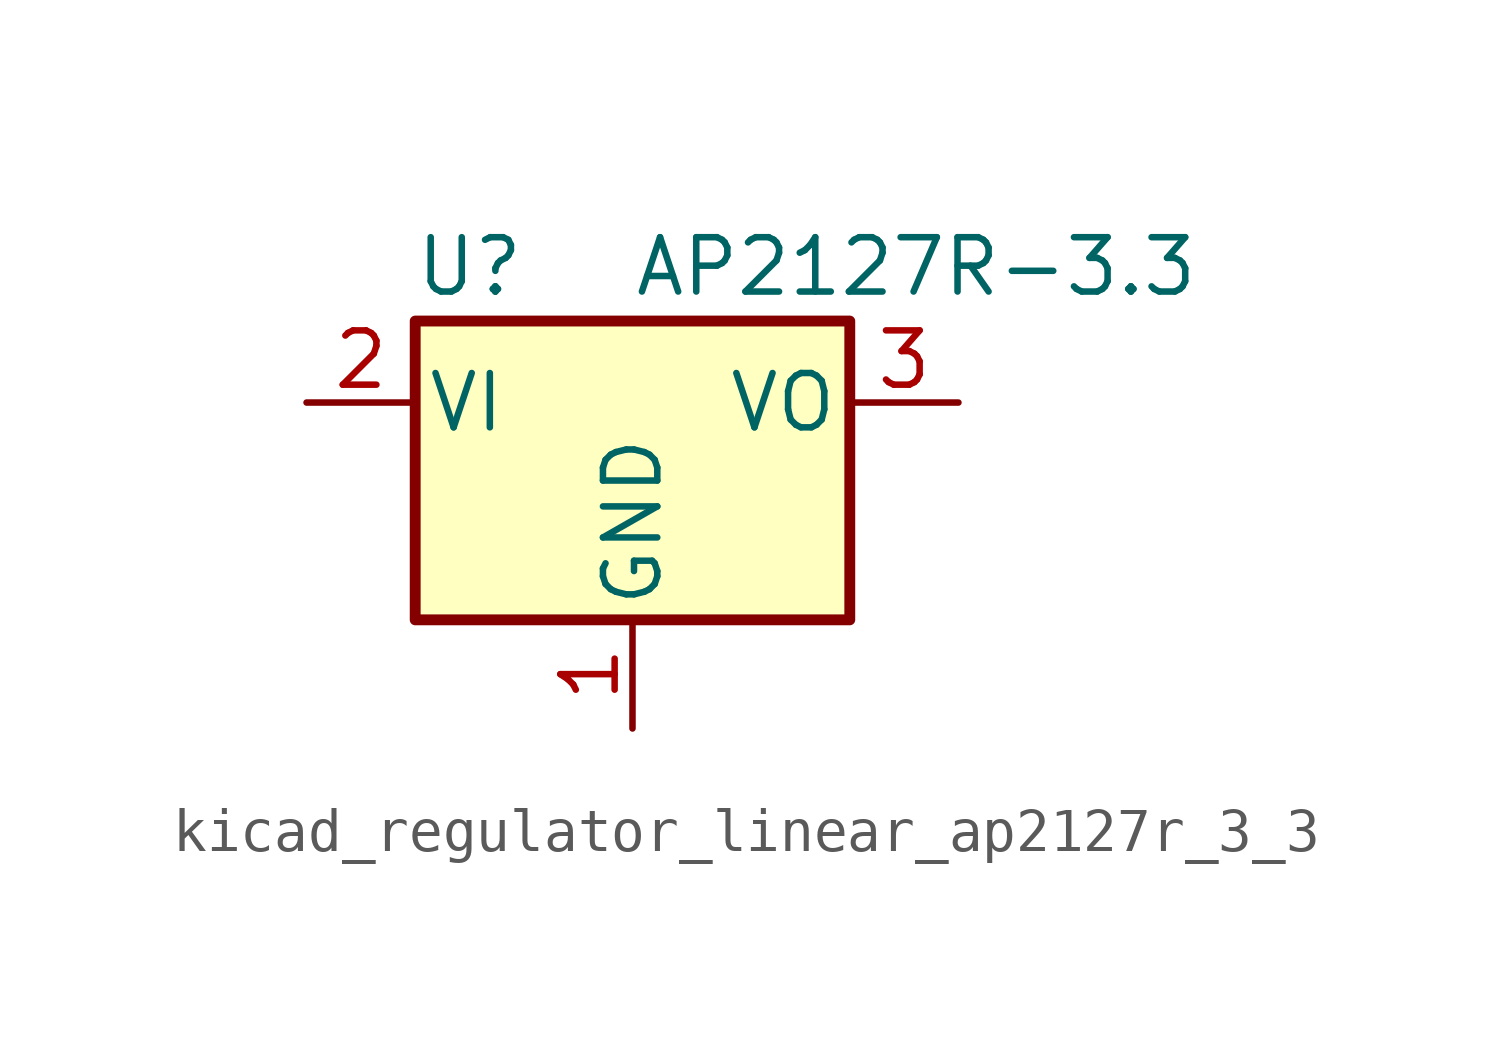
<source format=kicad_sym>
(kicad_symbol_lib
  (version 20220914)
  (generator kicad_symbol_editor)
  (symbol "kicad_regulator_linear_ap2127r_3_3"
    (pin_names
      (offset 0.254))
    (property "Reference" "U"
      (at -3.81 3.175 0)
      (effects (font (size 1.27 1.27))))
    (property "Value" "AP2127R-3.3"
      (at 0 3.175 0)
      (effects (font (size 1.27 1.27)) (justify left)))
    (symbol "kicad_regulator_linear_ap2127r_3_3_0_1"
      (rectangle (start -5.08 -5.08) (end 5.08 1.905) (stroke (width 0.254) (type default)) (fill (type background))))
    (symbol "kicad_regulator_linear_ap2127r_3_3_1_1"
      (pin power_in line (at 0 -7.62 90) (length 2.54) (name "GND" (effects (font (size 1.27 1.27)))) (number "1" (effects (font (size 1.27 1.27)))))
      (pin power_in line (at -7.62 0 0) (length 2.54) (name "VI" (effects (font (size 1.27 1.27)))) (number "2" (effects (font (size 1.27 1.27)))))
      (pin power_out line (at 7.62 0 180) (length 2.54) (name "VO" (effects (font (size 1.27 1.27)))) (number "3" (effects (font (size 1.27 1.27))))))))
</source>
